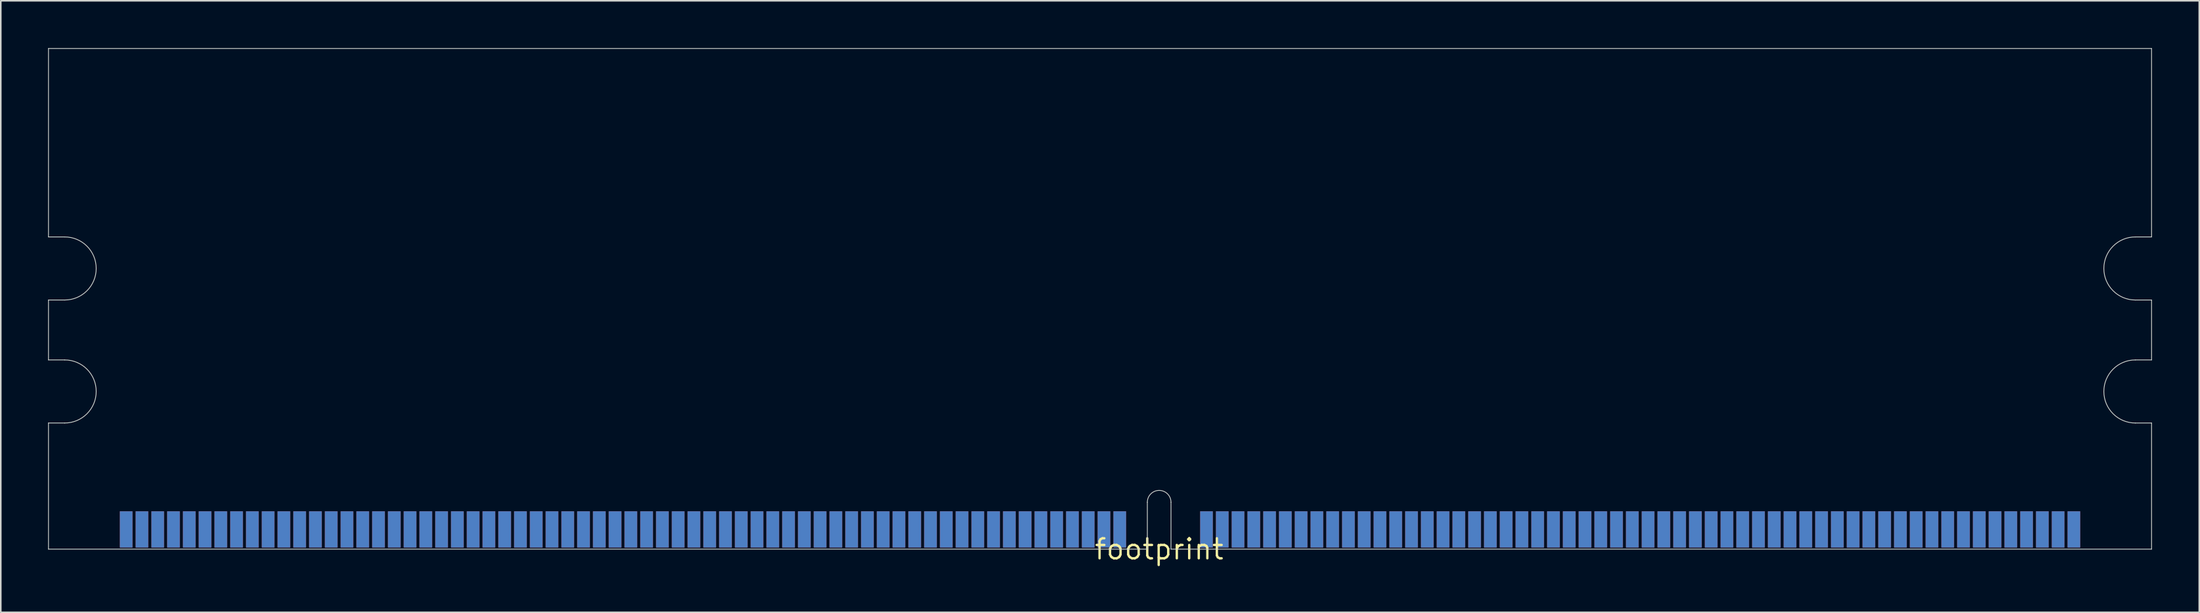
<source format=kicad_pcb>
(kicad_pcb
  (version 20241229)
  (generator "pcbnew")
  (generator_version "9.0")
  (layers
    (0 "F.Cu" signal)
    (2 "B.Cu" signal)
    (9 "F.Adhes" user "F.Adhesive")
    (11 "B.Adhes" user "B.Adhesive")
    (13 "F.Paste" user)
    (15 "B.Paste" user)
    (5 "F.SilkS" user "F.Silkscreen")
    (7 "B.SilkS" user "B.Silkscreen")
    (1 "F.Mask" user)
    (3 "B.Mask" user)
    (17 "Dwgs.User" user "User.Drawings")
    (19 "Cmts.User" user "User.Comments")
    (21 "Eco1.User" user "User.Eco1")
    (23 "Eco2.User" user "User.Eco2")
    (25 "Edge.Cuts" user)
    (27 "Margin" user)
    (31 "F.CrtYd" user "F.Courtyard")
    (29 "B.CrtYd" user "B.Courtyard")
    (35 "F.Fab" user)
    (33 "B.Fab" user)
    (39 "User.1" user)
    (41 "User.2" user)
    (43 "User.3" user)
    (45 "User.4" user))
  (footprint "footprint"
    (layer "F.Cu")
    (at 70.45 31.775)
    (property "Reference" "footprint" (at 0 0 0) (layer "F.SilkS") (effects (font (size 1.27 1.27) (thickness 0.15))))
    (fp_poly (pts (xy -66 0) (xy 58.5 0) (xy 58.5 -2.5) (xy -66 -2.5)) (stroke (width 0) (type solid)) (fill yes) (layer "F.Mask"))
    (fp_poly (pts (xy -65.95 0.075) (xy -65.05 0.075) (xy -65.05 -2.45) (xy -65.95 -2.45)) (stroke (width 0) (type solid)) (fill yes) (layer "F.Mask"))
    (fp_poly (pts (xy -64.95 0.075) (xy -64.05 0.075) (xy -64.05 -2.45) (xy -64.95 -2.45)) (stroke (width 0) (type solid)) (fill yes) (layer "F.Mask"))
    (fp_poly (pts (xy -63.95 0.075) (xy -63.05 0.075) (xy -63.05 -2.45) (xy -63.95 -2.45)) (stroke (width 0) (type solid)) (fill yes) (layer "F.Mask"))
    (fp_poly (pts (xy -62.95 0.075) (xy -62.05 0.075) (xy -62.05 -2.45) (xy -62.95 -2.45)) (stroke (width 0) (type solid)) (fill yes) (layer "F.Mask"))
    (fp_poly (pts (xy -61.95 0.075) (xy -61.05 0.075) (xy -61.05 -2.45) (xy -61.95 -2.45)) (stroke (width 0) (type solid)) (fill yes) (layer "F.Mask"))
    (fp_poly (pts (xy -60.95 0.075) (xy -60.05 0.075) (xy -60.05 -2.45) (xy -60.95 -2.45)) (stroke (width 0) (type solid)) (fill yes) (layer "F.Mask"))
    (fp_poly (pts (xy -59.95 0.075) (xy -59.05 0.075) (xy -59.05 -2.45) (xy -59.95 -2.45)) (stroke (width 0) (type solid)) (fill yes) (layer "F.Mask"))
    (fp_poly (pts (xy -58.95 0.075) (xy -58.05 0.075) (xy -58.05 -2.45) (xy -58.95 -2.45)) (stroke (width 0) (type solid)) (fill yes) (layer "F.Mask"))
    (fp_poly (pts (xy -57.95 0.075) (xy -57.05 0.075) (xy -57.05 -2.45) (xy -57.95 -2.45)) (stroke (width 0) (type solid)) (fill yes) (layer "F.Mask"))
    (fp_poly (pts (xy -56.95 0.075) (xy -56.05 0.075) (xy -56.05 -2.45) (xy -56.95 -2.45)) (stroke (width 0) (type solid)) (fill yes) (layer "F.Mask"))
    (fp_poly (pts (xy -55.95 0.075) (xy -55.05 0.075) (xy -55.05 -2.45) (xy -55.95 -2.45)) (stroke (width 0) (type solid)) (fill yes) (layer "F.Mask"))
    (fp_poly (pts (xy -54.95 0.075) (xy -54.05 0.075) (xy -54.05 -2.45) (xy -54.95 -2.45)) (stroke (width 0) (type solid)) (fill yes) (layer "F.Mask"))
    (fp_poly (pts (xy -53.95 0.075) (xy -53.05 0.075) (xy -53.05 -2.45) (xy -53.95 -2.45)) (stroke (width 0) (type solid)) (fill yes) (layer "F.Mask"))
    (fp_poly (pts (xy -52.95 0.075) (xy -52.05 0.075) (xy -52.05 -2.45) (xy -52.95 -2.45)) (stroke (width 0) (type solid)) (fill yes) (layer "F.Mask"))
    (fp_poly (pts (xy -51.95 0.075) (xy -51.05 0.075) (xy -51.05 -2.45) (xy -51.95 -2.45)) (stroke (width 0) (type solid)) (fill yes) (layer "F.Mask"))
    (fp_poly (pts (xy -50.95 0.075) (xy -50.05 0.075) (xy -50.05 -2.45) (xy -50.95 -2.45)) (stroke (width 0) (type solid)) (fill yes) (layer "F.Mask"))
    (fp_poly (pts (xy -49.95 0.075) (xy -49.05 0.075) (xy -49.05 -2.45) (xy -49.95 -2.45)) (stroke (width 0) (type solid)) (fill yes) (layer "F.Mask"))
    (fp_poly (pts (xy -48.95 0.075) (xy -48.05 0.075) (xy -48.05 -2.45) (xy -48.95 -2.45)) (stroke (width 0) (type solid)) (fill yes) (layer "F.Mask"))
    (fp_poly (pts (xy -47.95 0.075) (xy -47.05 0.075) (xy -47.05 -2.45) (xy -47.95 -2.45)) (stroke (width 0) (type solid)) (fill yes) (layer "F.Mask"))
    (fp_poly (pts (xy -46.95 0.075) (xy -46.05 0.075) (xy -46.05 -2.45) (xy -46.95 -2.45)) (stroke (width 0) (type solid)) (fill yes) (layer "F.Mask"))
    (fp_poly (pts (xy -45.95 0.075) (xy -45.05 0.075) (xy -45.05 -2.45) (xy -45.95 -2.45)) (stroke (width 0) (type solid)) (fill yes) (layer "F.Mask"))
    (fp_poly (pts (xy -44.95 0.075) (xy -44.05 0.075) (xy -44.05 -2.45) (xy -44.95 -2.45)) (stroke (width 0) (type solid)) (fill yes) (layer "F.Mask"))
    (fp_poly (pts (xy -43.95 0.075) (xy -43.05 0.075) (xy -43.05 -2.45) (xy -43.95 -2.45)) (stroke (width 0) (type solid)) (fill yes) (layer "F.Mask"))
    (fp_poly (pts (xy -42.95 0.075) (xy -42.05 0.075) (xy -42.05 -2.45) (xy -42.95 -2.45)) (stroke (width 0) (type solid)) (fill yes) (layer "F.Mask"))
    (fp_poly (pts (xy -41.95 0.075) (xy -41.05 0.075) (xy -41.05 -2.45) (xy -41.95 -2.45)) (stroke (width 0) (type solid)) (fill yes) (layer "F.Mask"))
    (fp_poly (pts (xy -40.95 0.075) (xy -40.05 0.075) (xy -40.05 -2.45) (xy -40.95 -2.45)) (stroke (width 0) (type solid)) (fill yes) (layer "F.Mask"))
    (fp_poly (pts (xy -39.95 0.075) (xy -39.05 0.075) (xy -39.05 -2.45) (xy -39.95 -2.45)) (stroke (width 0) (type solid)) (fill yes) (layer "F.Mask"))
    (fp_poly (pts (xy -38.95 0.075) (xy -38.05 0.075) (xy -38.05 -2.45) (xy -38.95 -2.45)) (stroke (width 0) (type solid)) (fill yes) (layer "F.Mask"))
    (fp_poly (pts (xy -37.95 0.075) (xy -37.05 0.075) (xy -37.05 -2.45) (xy -37.95 -2.45)) (stroke (width 0) (type solid)) (fill yes) (layer "F.Mask"))
    (fp_poly (pts (xy -36.95 0.075) (xy -36.05 0.075) (xy -36.05 -2.45) (xy -36.95 -2.45)) (stroke (width 0) (type solid)) (fill yes) (layer "F.Mask"))
    (fp_poly (pts (xy -35.95 0.075) (xy -35.05 0.075) (xy -35.05 -2.45) (xy -35.95 -2.45)) (stroke (width 0) (type solid)) (fill yes) (layer "F.Mask"))
    (fp_poly (pts (xy -34.95 0.075) (xy -34.05 0.075) (xy -34.05 -2.45) (xy -34.95 -2.45)) (stroke (width 0) (type solid)) (fill yes) (layer "F.Mask"))
    (fp_poly (pts (xy -33.95 0.075) (xy -33.05 0.075) (xy -33.05 -2.45) (xy -33.95 -2.45)) (stroke (width 0) (type solid)) (fill yes) (layer "F.Mask"))
    (fp_poly (pts (xy -32.95 0.075) (xy -32.05 0.075) (xy -32.05 -2.45) (xy -32.95 -2.45)) (stroke (width 0) (type solid)) (fill yes) (layer "F.Mask"))
    (fp_poly (pts (xy -31.95 0.075) (xy -31.05 0.075) (xy -31.05 -2.45) (xy -31.95 -2.45)) (stroke (width 0) (type solid)) (fill yes) (layer "F.Mask"))
    (fp_poly (pts (xy -30.95 0.075) (xy -30.05 0.075) (xy -30.05 -2.45) (xy -30.95 -2.45)) (stroke (width 0) (type solid)) (fill yes) (layer "F.Mask"))
    (fp_poly (pts (xy -29.95 0.075) (xy -29.05 0.075) (xy -29.05 -2.45) (xy -29.95 -2.45)) (stroke (width 0) (type solid)) (fill yes) (layer "F.Mask"))
    (fp_poly (pts (xy -28.95 0.075) (xy -28.05 0.075) (xy -28.05 -2.45) (xy -28.95 -2.45)) (stroke (width 0) (type solid)) (fill yes) (layer "F.Mask"))
    (fp_poly (pts (xy -27.95 0.075) (xy -27.05 0.075) (xy -27.05 -2.45) (xy -27.95 -2.45)) (stroke (width 0) (type solid)) (fill yes) (layer "F.Mask"))
    (fp_poly (pts (xy -26.95 0.075) (xy -26.05 0.075) (xy -26.05 -2.45) (xy -26.95 -2.45)) (stroke (width 0) (type solid)) (fill yes) (layer "F.Mask"))
    (fp_poly (pts (xy -25.95 0.075) (xy -25.05 0.075) (xy -25.05 -2.45) (xy -25.95 -2.45)) (stroke (width 0) (type solid)) (fill yes) (layer "F.Mask"))
    (fp_poly (pts (xy -24.95 0.075) (xy -24.05 0.075) (xy -24.05 -2.45) (xy -24.95 -2.45)) (stroke (width 0) (type solid)) (fill yes) (layer "F.Mask"))
    (fp_poly (pts (xy -23.95 0.075) (xy -23.05 0.075) (xy -23.05 -2.45) (xy -23.95 -2.45)) (stroke (width 0) (type solid)) (fill yes) (layer "F.Mask"))
    (fp_poly (pts (xy -22.95 0.075) (xy -22.05 0.075) (xy -22.05 -2.45) (xy -22.95 -2.45)) (stroke (width 0) (type solid)) (fill yes) (layer "F.Mask"))
    (fp_poly (pts (xy -21.95 0.075) (xy -21.05 0.075) (xy -21.05 -2.45) (xy -21.95 -2.45)) (stroke (width 0) (type solid)) (fill yes) (layer "F.Mask"))
    (fp_poly (pts (xy -20.95 0.075) (xy -20.05 0.075) (xy -20.05 -2.45) (xy -20.95 -2.45)) (stroke (width 0) (type solid)) (fill yes) (layer "F.Mask"))
    (fp_poly (pts (xy -19.95 0.075) (xy -19.05 0.075) (xy -19.05 -2.45) (xy -19.95 -2.45)) (stroke (width 0) (type solid)) (fill yes) (layer "F.Mask"))
    (fp_poly (pts (xy -18.95 0.075) (xy -18.05 0.075) (xy -18.05 -2.45) (xy -18.95 -2.45)) (stroke (width 0) (type solid)) (fill yes) (layer "F.Mask"))
    (fp_poly (pts (xy -17.95 0.075) (xy -17.05 0.075) (xy -17.05 -2.45) (xy -17.95 -2.45)) (stroke (width 0) (type solid)) (fill yes) (layer "F.Mask"))
    (fp_poly (pts (xy -16.95 0.075) (xy -16.05 0.075) (xy -16.05 -2.45) (xy -16.95 -2.45)) (stroke (width 0) (type solid)) (fill yes) (layer "F.Mask"))
    (fp_poly (pts (xy -15.95 0.075) (xy -15.05 0.075) (xy -15.05 -2.45) (xy -15.95 -2.45)) (stroke (width 0) (type solid)) (fill yes) (layer "F.Mask"))
    (fp_poly (pts (xy -14.95 0.075) (xy -14.05 0.075) (xy -14.05 -2.45) (xy -14.95 -2.45)) (stroke (width 0) (type solid)) (fill yes) (layer "F.Mask"))
    (fp_poly (pts (xy -13.95 0.075) (xy -13.05 0.075) (xy -13.05 -2.45) (xy -13.95 -2.45)) (stroke (width 0) (type solid)) (fill yes) (layer "F.Mask"))
    (fp_poly (pts (xy -12.95 0.075) (xy -12.05 0.075) (xy -12.05 -2.45) (xy -12.95 -2.45)) (stroke (width 0) (type solid)) (fill yes) (layer "F.Mask"))
    (fp_poly (pts (xy -11.95 0.075) (xy -11.05 0.075) (xy -11.05 -2.45) (xy -11.95 -2.45)) (stroke (width 0) (type solid)) (fill yes) (layer "F.Mask"))
    (fp_poly (pts (xy -10.95 0.075) (xy -10.05 0.075) (xy -10.05 -2.45) (xy -10.95 -2.45)) (stroke (width 0) (type solid)) (fill yes) (layer "F.Mask"))
    (fp_poly (pts (xy -9.95 0.075) (xy -9.05 0.075) (xy -9.05 -2.45) (xy -9.95 -2.45)) (stroke (width 0) (type solid)) (fill yes) (layer "F.Mask"))
    (fp_poly (pts (xy -8.95 0.075) (xy -8.05 0.075) (xy -8.05 -2.45) (xy -8.95 -2.45)) (stroke (width 0) (type solid)) (fill yes) (layer "F.Mask"))
    (fp_poly (pts (xy -7.95 0.075) (xy -7.05 0.075) (xy -7.05 -2.45) (xy -7.95 -2.45)) (stroke (width 0) (type solid)) (fill yes) (layer "F.Mask"))
    (fp_poly (pts (xy -6.95 0.075) (xy -6.05 0.075) (xy -6.05 -2.45) (xy -6.95 -2.45)) (stroke (width 0) (type solid)) (fill yes) (layer "F.Mask"))
    (fp_poly (pts (xy -5.95 0.075) (xy -5.05 0.075) (xy -5.05 -2.45) (xy -5.95 -2.45)) (stroke (width 0) (type solid)) (fill yes) (layer "F.Mask"))
    (fp_poly (pts (xy -4.95 0.075) (xy -4.05 0.075) (xy -4.05 -2.45) (xy -4.95 -2.45)) (stroke (width 0) (type solid)) (fill yes) (layer "F.Mask"))
    (fp_poly (pts (xy -3.95 0.075) (xy -3.05 0.075) (xy -3.05 -2.45) (xy -3.95 -2.45)) (stroke (width 0) (type solid)) (fill yes) (layer "F.Mask"))
    (fp_poly (pts (xy -2.95 0.075) (xy -2.05 0.075) (xy -2.05 -2.45) (xy -2.95 -2.45)) (stroke (width 0) (type solid)) (fill yes) (layer "F.Mask"))
    (fp_poly (pts (xy 2.55 0.075) (xy 3.45 0.075) (xy 3.45 -2.45) (xy 2.55 -2.45)) (stroke (width 0) (type solid)) (fill yes) (layer "F.Mask"))
    (fp_poly (pts (xy 3.55 0.075) (xy 4.45 0.075) (xy 4.45 -2.45) (xy 3.55 -2.45)) (stroke (width 0) (type solid)) (fill yes) (layer "F.Mask"))
    (fp_poly (pts (xy 4.55 0.075) (xy 5.45 0.075) (xy 5.45 -2.45) (xy 4.55 -2.45)) (stroke (width 0) (type solid)) (fill yes) (layer "F.Mask"))
    (fp_poly (pts (xy 5.55 0.075) (xy 6.45 0.075) (xy 6.45 -2.45) (xy 5.55 -2.45)) (stroke (width 0) (type solid)) (fill yes) (layer "F.Mask"))
    (fp_poly (pts (xy 6.55 0.075) (xy 7.45 0.075) (xy 7.45 -2.45) (xy 6.55 -2.45)) (stroke (width 0) (type solid)) (fill yes) (layer "F.Mask"))
    (fp_poly (pts (xy 7.55 0.075) (xy 8.45 0.075) (xy 8.45 -2.45) (xy 7.55 -2.45)) (stroke (width 0) (type solid)) (fill yes) (layer "F.Mask"))
    (fp_poly (pts (xy 8.55 0.075) (xy 9.45 0.075) (xy 9.45 -2.45) (xy 8.55 -2.45)) (stroke (width 0) (type solid)) (fill yes) (layer "F.Mask"))
    (fp_poly (pts (xy 9.55 0.075) (xy 10.45 0.075) (xy 10.45 -2.45) (xy 9.55 -2.45)) (stroke (width 0) (type solid)) (fill yes) (layer "F.Mask"))
    (fp_poly (pts (xy 10.55 0.075) (xy 11.45 0.075) (xy 11.45 -2.45) (xy 10.55 -2.45)) (stroke (width 0) (type solid)) (fill yes) (layer "F.Mask"))
    (fp_poly (pts (xy 11.55 0.075) (xy 12.45 0.075) (xy 12.45 -2.45) (xy 11.55 -2.45)) (stroke (width 0) (type solid)) (fill yes) (layer "F.Mask"))
    (fp_poly (pts (xy 12.55 0.075) (xy 13.45 0.075) (xy 13.45 -2.45) (xy 12.55 -2.45)) (stroke (width 0) (type solid)) (fill yes) (layer "F.Mask"))
    (fp_poly (pts (xy 13.55 0.075) (xy 14.45 0.075) (xy 14.45 -2.45) (xy 13.55 -2.45)) (stroke (width 0) (type solid)) (fill yes) (layer "F.Mask"))
    (fp_poly (pts (xy 14.55 0.075) (xy 15.45 0.075) (xy 15.45 -2.45) (xy 14.55 -2.45)) (stroke (width 0) (type solid)) (fill yes) (layer "F.Mask"))
    (fp_poly (pts (xy 15.55 0.075) (xy 16.45 0.075) (xy 16.45 -2.45) (xy 15.55 -2.45)) (stroke (width 0) (type solid)) (fill yes) (layer "F.Mask"))
    (fp_poly (pts (xy 16.55 0.075) (xy 17.45 0.075) (xy 17.45 -2.45) (xy 16.55 -2.45)) (stroke (width 0) (type solid)) (fill yes) (layer "F.Mask"))
    (fp_poly (pts (xy 17.55 0.075) (xy 18.45 0.075) (xy 18.45 -2.45) (xy 17.55 -2.45)) (stroke (width 0) (type solid)) (fill yes) (layer "F.Mask"))
    (fp_poly (pts (xy 18.55 0.075) (xy 19.45 0.075) (xy 19.45 -2.45) (xy 18.55 -2.45)) (stroke (width 0) (type solid)) (fill yes) (layer "F.Mask"))
    (fp_poly (pts (xy 19.55 0.075) (xy 20.45 0.075) (xy 20.45 -2.45) (xy 19.55 -2.45)) (stroke (width 0) (type solid)) (fill yes) (layer "F.Mask"))
    (fp_poly (pts (xy 20.55 0.075) (xy 21.45 0.075) (xy 21.45 -2.45) (xy 20.55 -2.45)) (stroke (width 0) (type solid)) (fill yes) (layer "F.Mask"))
    (fp_poly (pts (xy 21.55 0.075) (xy 22.45 0.075) (xy 22.45 -2.45) (xy 21.55 -2.45)) (stroke (width 0) (type solid)) (fill yes) (layer "F.Mask"))
    (fp_poly (pts (xy 22.55 0.075) (xy 23.45 0.075) (xy 23.45 -2.45) (xy 22.55 -2.45)) (stroke (width 0) (type solid)) (fill yes) (layer "F.Mask"))
    (fp_poly (pts (xy 23.55 0.075) (xy 24.45 0.075) (xy 24.45 -2.45) (xy 23.55 -2.45)) (stroke (width 0) (type solid)) (fill yes) (layer "F.Mask"))
    (fp_poly (pts (xy 24.55 0.075) (xy 25.45 0.075) (xy 25.45 -2.45) (xy 24.55 -2.45)) (stroke (width 0) (type solid)) (fill yes) (layer "F.Mask"))
    (fp_poly (pts (xy 25.55 0.075) (xy 26.45 0.075) (xy 26.45 -2.45) (xy 25.55 -2.45)) (stroke (width 0) (type solid)) (fill yes) (layer "F.Mask"))
    (fp_poly (pts (xy 26.55 0.075) (xy 27.45 0.075) (xy 27.45 -2.45) (xy 26.55 -2.45)) (stroke (width 0) (type solid)) (fill yes) (layer "F.Mask"))
    (fp_poly (pts (xy 27.55 0.075) (xy 28.45 0.075) (xy 28.45 -2.45) (xy 27.55 -2.45)) (stroke (width 0) (type solid)) (fill yes) (layer "F.Mask"))
    (fp_poly (pts (xy 28.55 0.075) (xy 29.45 0.075) (xy 29.45 -2.45) (xy 28.55 -2.45)) (stroke (width 0) (type solid)) (fill yes) (layer "F.Mask"))
    (fp_poly (pts (xy 29.55 0.075) (xy 30.45 0.075) (xy 30.45 -2.45) (xy 29.55 -2.45)) (stroke (width 0) (type solid)) (fill yes) (layer "F.Mask"))
    (fp_poly (pts (xy 30.55 0.075) (xy 31.45 0.075) (xy 31.45 -2.45) (xy 30.55 -2.45)) (stroke (width 0) (type solid)) (fill yes) (layer "F.Mask"))
    (fp_poly (pts (xy 31.55 0.075) (xy 32.45 0.075) (xy 32.45 -2.45) (xy 31.55 -2.45)) (stroke (width 0) (type solid)) (fill yes) (layer "F.Mask"))
    (fp_poly (pts (xy 32.55 0.075) (xy 33.45 0.075) (xy 33.45 -2.45) (xy 32.55 -2.45)) (stroke (width 0) (type solid)) (fill yes) (layer "F.Mask"))
    (fp_poly (pts (xy 33.55 0.075) (xy 34.45 0.075) (xy 34.45 -2.45) (xy 33.55 -2.45)) (stroke (width 0) (type solid)) (fill yes) (layer "F.Mask"))
    (fp_poly (pts (xy 34.55 0.075) (xy 35.45 0.075) (xy 35.45 -2.45) (xy 34.55 -2.45)) (stroke (width 0) (type solid)) (fill yes) (layer "F.Mask"))
    (fp_poly (pts (xy 35.55 0.075) (xy 36.45 0.075) (xy 36.45 -2.45) (xy 35.55 -2.45)) (stroke (width 0) (type solid)) (fill yes) (layer "F.Mask"))
    (fp_poly (pts (xy 36.55 0.075) (xy 37.45 0.075) (xy 37.45 -2.45) (xy 36.55 -2.45)) (stroke (width 0) (type solid)) (fill yes) (layer "F.Mask"))
    (fp_poly (pts (xy 37.55 0.075) (xy 38.45 0.075) (xy 38.45 -2.45) (xy 37.55 -2.45)) (stroke (width 0) (type solid)) (fill yes) (layer "F.Mask"))
    (fp_poly (pts (xy 38.55 0.075) (xy 39.45 0.075) (xy 39.45 -2.45) (xy 38.55 -2.45)) (stroke (width 0) (type solid)) (fill yes) (layer "F.Mask"))
    (fp_poly (pts (xy 39.55 0.075) (xy 40.45 0.075) (xy 40.45 -2.45) (xy 39.55 -2.45)) (stroke (width 0) (type solid)) (fill yes) (layer "F.Mask"))
    (fp_poly (pts (xy 40.55 0.075) (xy 41.45 0.075) (xy 41.45 -2.45) (xy 40.55 -2.45)) (stroke (width 0) (type solid)) (fill yes) (layer "F.Mask"))
    (fp_poly (pts (xy 41.55 0.075) (xy 42.45 0.075) (xy 42.45 -2.45) (xy 41.55 -2.45)) (stroke (width 0) (type solid)) (fill yes) (layer "F.Mask"))
    (fp_poly (pts (xy 42.55 0.075) (xy 43.45 0.075) (xy 43.45 -2.45) (xy 42.55 -2.45)) (stroke (width 0) (type solid)) (fill yes) (layer "F.Mask"))
    (fp_poly (pts (xy 43.55 0.075) (xy 44.45 0.075) (xy 44.45 -2.45) (xy 43.55 -2.45)) (stroke (width 0) (type solid)) (fill yes) (layer "F.Mask"))
    (fp_poly (pts (xy 44.55 0.075) (xy 45.45 0.075) (xy 45.45 -2.45) (xy 44.55 -2.45)) (stroke (width 0) (type solid)) (fill yes) (layer "F.Mask"))
    (fp_poly (pts (xy 45.55 0.075) (xy 46.45 0.075) (xy 46.45 -2.45) (xy 45.55 -2.45)) (stroke (width 0) (type solid)) (fill yes) (layer "F.Mask"))
    (fp_poly (pts (xy 46.55 0.075) (xy 47.45 0.075) (xy 47.45 -2.45) (xy 46.55 -2.45)) (stroke (width 0) (type solid)) (fill yes) (layer "F.Mask"))
    (fp_poly (pts (xy 47.55 0.075) (xy 48.45 0.075) (xy 48.45 -2.45) (xy 47.55 -2.45)) (stroke (width 0) (type solid)) (fill yes) (layer "F.Mask"))
    (fp_poly (pts (xy 48.55 0.075) (xy 49.45 0.075) (xy 49.45 -2.45) (xy 48.55 -2.45)) (stroke (width 0) (type solid)) (fill yes) (layer "F.Mask"))
    (fp_poly (pts (xy 49.55 0.075) (xy 50.45 0.075) (xy 50.45 -2.45) (xy 49.55 -2.45)) (stroke (width 0) (type solid)) (fill yes) (layer "F.Mask"))
    (fp_poly (pts (xy 50.55 0.075) (xy 51.45 0.075) (xy 51.45 -2.45) (xy 50.55 -2.45)) (stroke (width 0) (type solid)) (fill yes) (layer "F.Mask"))
    (fp_poly (pts (xy 51.55 0.075) (xy 52.45 0.075) (xy 52.45 -2.45) (xy 51.55 -2.45)) (stroke (width 0) (type solid)) (fill yes) (layer "F.Mask"))
    (fp_poly (pts (xy 52.55 0.075) (xy 53.45 0.075) (xy 53.45 -2.45) (xy 52.55 -2.45)) (stroke (width 0) (type solid)) (fill yes) (layer "F.Mask"))
    (fp_poly (pts (xy 53.55 0.075) (xy 54.45 0.075) (xy 54.45 -2.45) (xy 53.55 -2.45)) (stroke (width 0) (type solid)) (fill yes) (layer "F.Mask"))
    (fp_poly (pts (xy 54.55 0.075) (xy 55.45 0.075) (xy 55.45 -2.45) (xy 54.55 -2.45)) (stroke (width 0) (type solid)) (fill yes) (layer "F.Mask"))
    (fp_poly (pts (xy 55.55 0.075) (xy 56.45 0.075) (xy 56.45 -2.45) (xy 55.55 -2.45)) (stroke (width 0) (type solid)) (fill yes) (layer "F.Mask"))
    (fp_poly (pts (xy 56.55 0.075) (xy 57.45 0.075) (xy 57.45 -2.45) (xy 56.55 -2.45)) (stroke (width 0) (type solid)) (fill yes) (layer "F.Mask"))
    (fp_poly (pts (xy 57.55 0.075) (xy 58.45 0.075) (xy 58.45 -2.45) (xy 57.55 -2.45)) (stroke (width 0) (type solid)) (fill yes) (layer "F.Mask"))
    (fp_poly (pts (xy -66 0) (xy 58.5 0) (xy 58.5 -2.5) (xy -66 -2.5)) (stroke (width 0) (type solid)) (fill yes) (layer "B.Mask"))
    (fp_poly (pts (xy -65.95 0.075) (xy -65.05 0.075) (xy -65.05 -2.45) (xy -65.95 -2.45)) (stroke (width 0) (type solid)) (fill yes) (layer "B.Mask"))
    (fp_poly (pts (xy -64.95 0.075) (xy -64.05 0.075) (xy -64.05 -2.45) (xy -64.95 -2.45)) (stroke (width 0) (type solid)) (fill yes) (layer "B.Mask"))
    (fp_poly (pts (xy -63.95 0.075) (xy -63.05 0.075) (xy -63.05 -2.45) (xy -63.95 -2.45)) (stroke (width 0) (type solid)) (fill yes) (layer "B.Mask"))
    (fp_poly (pts (xy -62.95 0.075) (xy -62.05 0.075) (xy -62.05 -2.45) (xy -62.95 -2.45)) (stroke (width 0) (type solid)) (fill yes) (layer "B.Mask"))
    (fp_poly (pts (xy -61.95 0.075) (xy -61.05 0.075) (xy -61.05 -2.45) (xy -61.95 -2.45)) (stroke (width 0) (type solid)) (fill yes) (layer "B.Mask"))
    (fp_poly (pts (xy -60.95 0.075) (xy -60.05 0.075) (xy -60.05 -2.45) (xy -60.95 -2.45)) (stroke (width 0) (type solid)) (fill yes) (layer "B.Mask"))
    (fp_poly (pts (xy -59.95 0.075) (xy -59.05 0.075) (xy -59.05 -2.45) (xy -59.95 -2.45)) (stroke (width 0) (type solid)) (fill yes) (layer "B.Mask"))
    (fp_poly (pts (xy -58.95 0.075) (xy -58.05 0.075) (xy -58.05 -2.45) (xy -58.95 -2.45)) (stroke (width 0) (type solid)) (fill yes) (layer "B.Mask"))
    (fp_poly (pts (xy -57.95 0.075) (xy -57.05 0.075) (xy -57.05 -2.45) (xy -57.95 -2.45)) (stroke (width 0) (type solid)) (fill yes) (layer "B.Mask"))
    (fp_poly (pts (xy -56.95 0.075) (xy -56.05 0.075) (xy -56.05 -2.45) (xy -56.95 -2.45)) (stroke (width 0) (type solid)) (fill yes) (layer "B.Mask"))
    (fp_poly (pts (xy -55.95 0.075) (xy -55.05 0.075) (xy -55.05 -2.45) (xy -55.95 -2.45)) (stroke (width 0) (type solid)) (fill yes) (layer "B.Mask"))
    (fp_poly (pts (xy -54.95 0.075) (xy -54.05 0.075) (xy -54.05 -2.45) (xy -54.95 -2.45)) (stroke (width 0) (type solid)) (fill yes) (layer "B.Mask"))
    (fp_poly (pts (xy -53.95 0.075) (xy -53.05 0.075) (xy -53.05 -2.45) (xy -53.95 -2.45)) (stroke (width 0) (type solid)) (fill yes) (layer "B.Mask"))
    (fp_poly (pts (xy -52.95 0.075) (xy -52.05 0.075) (xy -52.05 -2.45) (xy -52.95 -2.45)) (stroke (width 0) (type solid)) (fill yes) (layer "B.Mask"))
    (fp_poly (pts (xy -51.95 0.075) (xy -51.05 0.075) (xy -51.05 -2.45) (xy -51.95 -2.45)) (stroke (width 0) (type solid)) (fill yes) (layer "B.Mask"))
    (fp_poly (pts (xy -50.95 0.075) (xy -50.05 0.075) (xy -50.05 -2.45) (xy -50.95 -2.45)) (stroke (width 0) (type solid)) (fill yes) (layer "B.Mask"))
    (fp_poly (pts (xy -49.95 0.075) (xy -49.05 0.075) (xy -49.05 -2.45) (xy -49.95 -2.45)) (stroke (width 0) (type solid)) (fill yes) (layer "B.Mask"))
    (fp_poly (pts (xy -48.95 0.075) (xy -48.05 0.075) (xy -48.05 -2.45) (xy -48.95 -2.45)) (stroke (width 0) (type solid)) (fill yes) (layer "B.Mask"))
    (fp_poly (pts (xy -47.95 0.075) (xy -47.05 0.075) (xy -47.05 -2.45) (xy -47.95 -2.45)) (stroke (width 0) (type solid)) (fill yes) (layer "B.Mask"))
    (fp_poly (pts (xy -46.95 0.075) (xy -46.05 0.075) (xy -46.05 -2.45) (xy -46.95 -2.45)) (stroke (width 0) (type solid)) (fill yes) (layer "B.Mask"))
    (fp_poly (pts (xy -45.95 0.075) (xy -45.05 0.075) (xy -45.05 -2.45) (xy -45.95 -2.45)) (stroke (width 0) (type solid)) (fill yes) (layer "B.Mask"))
    (fp_poly (pts (xy -44.95 0.075) (xy -44.05 0.075) (xy -44.05 -2.45) (xy -44.95 -2.45)) (stroke (width 0) (type solid)) (fill yes) (layer "B.Mask"))
    (fp_poly (pts (xy -43.95 0.075) (xy -43.05 0.075) (xy -43.05 -2.45) (xy -43.95 -2.45)) (stroke (width 0) (type solid)) (fill yes) (layer "B.Mask"))
    (fp_poly (pts (xy -42.95 0.075) (xy -42.05 0.075) (xy -42.05 -2.45) (xy -42.95 -2.45)) (stroke (width 0) (type solid)) (fill yes) (layer "B.Mask"))
    (fp_poly (pts (xy -41.95 0.075) (xy -41.05 0.075) (xy -41.05 -2.45) (xy -41.95 -2.45)) (stroke (width 0) (type solid)) (fill yes) (layer "B.Mask"))
    (fp_poly (pts (xy -40.95 0.075) (xy -40.05 0.075) (xy -40.05 -2.45) (xy -40.95 -2.45)) (stroke (width 0) (type solid)) (fill yes) (layer "B.Mask"))
    (fp_poly (pts (xy -39.95 0.075) (xy -39.05 0.075) (xy -39.05 -2.45) (xy -39.95 -2.45)) (stroke (width 0) (type solid)) (fill yes) (layer "B.Mask"))
    (fp_poly (pts (xy -38.95 0.075) (xy -38.05 0.075) (xy -38.05 -2.45) (xy -38.95 -2.45)) (stroke (width 0) (type solid)) (fill yes) (layer "B.Mask"))
    (fp_poly (pts (xy -37.95 0.075) (xy -37.05 0.075) (xy -37.05 -2.45) (xy -37.95 -2.45)) (stroke (width 0) (type solid)) (fill yes) (layer "B.Mask"))
    (fp_poly (pts (xy -36.95 0.075) (xy -36.05 0.075) (xy -36.05 -2.45) (xy -36.95 -2.45)) (stroke (width 0) (type solid)) (fill yes) (layer "B.Mask"))
    (fp_poly (pts (xy -35.95 0.075) (xy -35.05 0.075) (xy -35.05 -2.45) (xy -35.95 -2.45)) (stroke (width 0) (type solid)) (fill yes) (layer "B.Mask"))
    (fp_poly (pts (xy -34.95 0.075) (xy -34.05 0.075) (xy -34.05 -2.45) (xy -34.95 -2.45)) (stroke (width 0) (type solid)) (fill yes) (layer "B.Mask"))
    (fp_poly (pts (xy -33.95 0.075) (xy -33.05 0.075) (xy -33.05 -2.45) (xy -33.95 -2.45)) (stroke (width 0) (type solid)) (fill yes) (layer "B.Mask"))
    (fp_poly (pts (xy -32.95 0.075) (xy -32.05 0.075) (xy -32.05 -2.45) (xy -32.95 -2.45)) (stroke (width 0) (type solid)) (fill yes) (layer "B.Mask"))
    (fp_poly (pts (xy -31.95 0.075) (xy -31.05 0.075) (xy -31.05 -2.45) (xy -31.95 -2.45)) (stroke (width 0) (type solid)) (fill yes) (layer "B.Mask"))
    (fp_poly (pts (xy -30.95 0.075) (xy -30.05 0.075) (xy -30.05 -2.45) (xy -30.95 -2.45)) (stroke (width 0) (type solid)) (fill yes) (layer "B.Mask"))
    (fp_poly (pts (xy -29.95 0.075) (xy -29.05 0.075) (xy -29.05 -2.45) (xy -29.95 -2.45)) (stroke (width 0) (type solid)) (fill yes) (layer "B.Mask"))
    (fp_poly (pts (xy -28.95 0.075) (xy -28.05 0.075) (xy -28.05 -2.45) (xy -28.95 -2.45)) (stroke (width 0) (type solid)) (fill yes) (layer "B.Mask"))
    (fp_poly (pts (xy -27.95 0.075) (xy -27.05 0.075) (xy -27.05 -2.45) (xy -27.95 -2.45)) (stroke (width 0) (type solid)) (fill yes) (layer "B.Mask"))
    (fp_poly (pts (xy -26.95 0.075) (xy -26.05 0.075) (xy -26.05 -2.45) (xy -26.95 -2.45)) (stroke (width 0) (type solid)) (fill yes) (layer "B.Mask"))
    (fp_poly (pts (xy -25.95 0.075) (xy -25.05 0.075) (xy -25.05 -2.45) (xy -25.95 -2.45)) (stroke (width 0) (type solid)) (fill yes) (layer "B.Mask"))
    (fp_poly (pts (xy -24.95 0.075) (xy -24.05 0.075) (xy -24.05 -2.45) (xy -24.95 -2.45)) (stroke (width 0) (type solid)) (fill yes) (layer "B.Mask"))
    (fp_poly (pts (xy -23.95 0.075) (xy -23.05 0.075) (xy -23.05 -2.45) (xy -23.95 -2.45)) (stroke (width 0) (type solid)) (fill yes) (layer "B.Mask"))
    (fp_poly (pts (xy -22.95 0.075) (xy -22.05 0.075) (xy -22.05 -2.45) (xy -22.95 -2.45)) (stroke (width 0) (type solid)) (fill yes) (layer "B.Mask"))
    (fp_poly (pts (xy -21.95 0.075) (xy -21.05 0.075) (xy -21.05 -2.45) (xy -21.95 -2.45)) (stroke (width 0) (type solid)) (fill yes) (layer "B.Mask"))
    (fp_poly (pts (xy -20.95 0.075) (xy -20.05 0.075) (xy -20.05 -2.45) (xy -20.95 -2.45)) (stroke (width 0) (type solid)) (fill yes) (layer "B.Mask"))
    (fp_poly (pts (xy -19.95 0.075) (xy -19.05 0.075) (xy -19.05 -2.45) (xy -19.95 -2.45)) (stroke (width 0) (type solid)) (fill yes) (layer "B.Mask"))
    (fp_poly (pts (xy -18.95 0.075) (xy -18.05 0.075) (xy -18.05 -2.45) (xy -18.95 -2.45)) (stroke (width 0) (type solid)) (fill yes) (layer "B.Mask"))
    (fp_poly (pts (xy -17.95 0.075) (xy -17.05 0.075) (xy -17.05 -2.45) (xy -17.95 -2.45)) (stroke (width 0) (type solid)) (fill yes) (layer "B.Mask"))
    (fp_poly (pts (xy -16.95 0.075) (xy -16.05 0.075) (xy -16.05 -2.45) (xy -16.95 -2.45)) (stroke (width 0) (type solid)) (fill yes) (layer "B.Mask"))
    (fp_poly (pts (xy -15.95 0.075) (xy -15.05 0.075) (xy -15.05 -2.45) (xy -15.95 -2.45)) (stroke (width 0) (type solid)) (fill yes) (layer "B.Mask"))
    (fp_poly (pts (xy -14.95 0.075) (xy -14.05 0.075) (xy -14.05 -2.45) (xy -14.95 -2.45)) (stroke (width 0) (type solid)) (fill yes) (layer "B.Mask"))
    (fp_poly (pts (xy -13.95 0.075) (xy -13.05 0.075) (xy -13.05 -2.45) (xy -13.95 -2.45)) (stroke (width 0) (type solid)) (fill yes) (layer "B.Mask"))
    (fp_poly (pts (xy -12.95 0.075) (xy -12.05 0.075) (xy -12.05 -2.45) (xy -12.95 -2.45)) (stroke (width 0) (type solid)) (fill yes) (layer "B.Mask"))
    (fp_poly (pts (xy -11.95 0.075) (xy -11.05 0.075) (xy -11.05 -2.45) (xy -11.95 -2.45)) (stroke (width 0) (type solid)) (fill yes) (layer "B.Mask"))
    (fp_poly (pts (xy -10.95 0.075) (xy -10.05 0.075) (xy -10.05 -2.45) (xy -10.95 -2.45)) (stroke (width 0) (type solid)) (fill yes) (layer "B.Mask"))
    (fp_poly (pts (xy -9.95 0.075) (xy -9.05 0.075) (xy -9.05 -2.45) (xy -9.95 -2.45)) (stroke (width 0) (type solid)) (fill yes) (layer "B.Mask"))
    (fp_poly (pts (xy -8.95 0.075) (xy -8.05 0.075) (xy -8.05 -2.45) (xy -8.95 -2.45)) (stroke (width 0) (type solid)) (fill yes) (layer "B.Mask"))
    (fp_poly (pts (xy -7.95 0.075) (xy -7.05 0.075) (xy -7.05 -2.45) (xy -7.95 -2.45)) (stroke (width 0) (type solid)) (fill yes) (layer "B.Mask"))
    (fp_poly (pts (xy -6.95 0.075) (xy -6.05 0.075) (xy -6.05 -2.45) (xy -6.95 -2.45)) (stroke (width 0) (type solid)) (fill yes) (layer "B.Mask"))
    (fp_poly (pts (xy -5.95 0.075) (xy -5.05 0.075) (xy -5.05 -2.45) (xy -5.95 -2.45)) (stroke (width 0) (type solid)) (fill yes) (layer "B.Mask"))
    (fp_poly (pts (xy -4.95 0.075) (xy -4.05 0.075) (xy -4.05 -2.45) (xy -4.95 -2.45)) (stroke (width 0) (type solid)) (fill yes) (layer "B.Mask"))
    (fp_poly (pts (xy -3.95 0.075) (xy -3.05 0.075) (xy -3.05 -2.45) (xy -3.95 -2.45)) (stroke (width 0) (type solid)) (fill yes) (layer "B.Mask"))
    (fp_poly (pts (xy -2.95 0.075) (xy -2.05 0.075) (xy -2.05 -2.45) (xy -2.95 -2.45)) (stroke (width 0) (type solid)) (fill yes) (layer "B.Mask"))
    (fp_poly (pts (xy 2.55 0.075) (xy 3.45 0.075) (xy 3.45 -2.45) (xy 2.55 -2.45)) (stroke (width 0) (type solid)) (fill yes) (layer "B.Mask"))
    (fp_poly (pts (xy 3.55 0.075) (xy 4.45 0.075) (xy 4.45 -2.45) (xy 3.55 -2.45)) (stroke (width 0) (type solid)) (fill yes) (layer "B.Mask"))
    (fp_poly (pts (xy 4.55 0.075) (xy 5.45 0.075) (xy 5.45 -2.45) (xy 4.55 -2.45)) (stroke (width 0) (type solid)) (fill yes) (layer "B.Mask"))
    (fp_poly (pts (xy 5.55 0.075) (xy 6.45 0.075) (xy 6.45 -2.45) (xy 5.55 -2.45)) (stroke (width 0) (type solid)) (fill yes) (layer "B.Mask"))
    (fp_poly (pts (xy 6.55 0.075) (xy 7.45 0.075) (xy 7.45 -2.45) (xy 6.55 -2.45)) (stroke (width 0) (type solid)) (fill yes) (layer "B.Mask"))
    (fp_poly (pts (xy 7.55 0.075) (xy 8.45 0.075) (xy 8.45 -2.45) (xy 7.55 -2.45)) (stroke (width 0) (type solid)) (fill yes) (layer "B.Mask"))
    (fp_poly (pts (xy 8.55 0.075) (xy 9.45 0.075) (xy 9.45 -2.45) (xy 8.55 -2.45)) (stroke (width 0) (type solid)) (fill yes) (layer "B.Mask"))
    (fp_poly (pts (xy 9.55 0.075) (xy 10.45 0.075) (xy 10.45 -2.45) (xy 9.55 -2.45)) (stroke (width 0) (type solid)) (fill yes) (layer "B.Mask"))
    (fp_poly (pts (xy 10.55 0.075) (xy 11.45 0.075) (xy 11.45 -2.45) (xy 10.55 -2.45)) (stroke (width 0) (type solid)) (fill yes) (layer "B.Mask"))
    (fp_poly (pts (xy 11.55 0.075) (xy 12.45 0.075) (xy 12.45 -2.45) (xy 11.55 -2.45)) (stroke (width 0) (type solid)) (fill yes) (layer "B.Mask"))
    (fp_poly (pts (xy 12.55 0.075) (xy 13.45 0.075) (xy 13.45 -2.45) (xy 12.55 -2.45)) (stroke (width 0) (type solid)) (fill yes) (layer "B.Mask"))
    (fp_poly (pts (xy 13.55 0.075) (xy 14.45 0.075) (xy 14.45 -2.45) (xy 13.55 -2.45)) (stroke (width 0) (type solid)) (fill yes) (layer "B.Mask"))
    (fp_poly (pts (xy 14.55 0.075) (xy 15.45 0.075) (xy 15.45 -2.45) (xy 14.55 -2.45)) (stroke (width 0) (type solid)) (fill yes) (layer "B.Mask"))
    (fp_poly (pts (xy 15.55 0.075) (xy 16.45 0.075) (xy 16.45 -2.45) (xy 15.55 -2.45)) (stroke (width 0) (type solid)) (fill yes) (layer "B.Mask"))
    (fp_poly (pts (xy 16.55 0.075) (xy 17.45 0.075) (xy 17.45 -2.45) (xy 16.55 -2.45)) (stroke (width 0) (type solid)) (fill yes) (layer "B.Mask"))
    (fp_poly (pts (xy 17.55 0.075) (xy 18.45 0.075) (xy 18.45 -2.45) (xy 17.55 -2.45)) (stroke (width 0) (type solid)) (fill yes) (layer "B.Mask"))
    (fp_poly (pts (xy 18.55 0.075) (xy 19.45 0.075) (xy 19.45 -2.45) (xy 18.55 -2.45)) (stroke (width 0) (type solid)) (fill yes) (layer "B.Mask"))
    (fp_poly (pts (xy 19.55 0.075) (xy 20.45 0.075) (xy 20.45 -2.45) (xy 19.55 -2.45)) (stroke (width 0) (type solid)) (fill yes) (layer "B.Mask"))
    (fp_poly (pts (xy 20.55 0.075) (xy 21.45 0.075) (xy 21.45 -2.45) (xy 20.55 -2.45)) (stroke (width 0) (type solid)) (fill yes) (layer "B.Mask"))
    (fp_poly (pts (xy 21.55 0.075) (xy 22.45 0.075) (xy 22.45 -2.45) (xy 21.55 -2.45)) (stroke (width 0) (type solid)) (fill yes) (layer "B.Mask"))
    (fp_poly (pts (xy 22.55 0.075) (xy 23.45 0.075) (xy 23.45 -2.45) (xy 22.55 -2.45)) (stroke (width 0) (type solid)) (fill yes) (layer "B.Mask"))
    (fp_poly (pts (xy 23.55 0.075) (xy 24.45 0.075) (xy 24.45 -2.45) (xy 23.55 -2.45)) (stroke (width 0) (type solid)) (fill yes) (layer "B.Mask"))
    (fp_poly (pts (xy 24.55 0.075) (xy 25.45 0.075) (xy 25.45 -2.45) (xy 24.55 -2.45)) (stroke (width 0) (type solid)) (fill yes) (layer "B.Mask"))
    (fp_poly (pts (xy 25.55 0.075) (xy 26.45 0.075) (xy 26.45 -2.45) (xy 25.55 -2.45)) (stroke (width 0) (type solid)) (fill yes) (layer "B.Mask"))
    (fp_poly (pts (xy 26.55 0.075) (xy 27.45 0.075) (xy 27.45 -2.45) (xy 26.55 -2.45)) (stroke (width 0) (type solid)) (fill yes) (layer "B.Mask"))
    (fp_poly (pts (xy 27.55 0.075) (xy 28.45 0.075) (xy 28.45 -2.45) (xy 27.55 -2.45)) (stroke (width 0) (type solid)) (fill yes) (layer "B.Mask"))
    (fp_poly (pts (xy 28.55 0.075) (xy 29.45 0.075) (xy 29.45 -2.45) (xy 28.55 -2.45)) (stroke (width 0) (type solid)) (fill yes) (layer "B.Mask"))
    (fp_poly (pts (xy 29.55 0.075) (xy 30.45 0.075) (xy 30.45 -2.45) (xy 29.55 -2.45)) (stroke (width 0) (type solid)) (fill yes) (layer "B.Mask"))
    (fp_poly (pts (xy 30.55 0.075) (xy 31.45 0.075) (xy 31.45 -2.45) (xy 30.55 -2.45)) (stroke (width 0) (type solid)) (fill yes) (layer "B.Mask"))
    (fp_poly (pts (xy 31.55 0.075) (xy 32.45 0.075) (xy 32.45 -2.45) (xy 31.55 -2.45)) (stroke (width 0) (type solid)) (fill yes) (layer "B.Mask"))
    (fp_poly (pts (xy 32.55 0.075) (xy 33.45 0.075) (xy 33.45 -2.45) (xy 32.55 -2.45)) (stroke (width 0) (type solid)) (fill yes) (layer "B.Mask"))
    (fp_poly (pts (xy 33.55 0.075) (xy 34.45 0.075) (xy 34.45 -2.45) (xy 33.55 -2.45)) (stroke (width 0) (type solid)) (fill yes) (layer "B.Mask"))
    (fp_poly (pts (xy 34.55 0.075) (xy 35.45 0.075) (xy 35.45 -2.45) (xy 34.55 -2.45)) (stroke (width 0) (type solid)) (fill yes) (layer "B.Mask"))
    (fp_poly (pts (xy 35.55 0.075) (xy 36.45 0.075) (xy 36.45 -2.45) (xy 35.55 -2.45)) (stroke (width 0) (type solid)) (fill yes) (layer "B.Mask"))
    (fp_poly (pts (xy 36.55 0.075) (xy 37.45 0.075) (xy 37.45 -2.45) (xy 36.55 -2.45)) (stroke (width 0) (type solid)) (fill yes) (layer "B.Mask"))
    (fp_poly (pts (xy 37.55 0.075) (xy 38.45 0.075) (xy 38.45 -2.45) (xy 37.55 -2.45)) (stroke (width 0) (type solid)) (fill yes) (layer "B.Mask"))
    (fp_poly (pts (xy 38.55 0.075) (xy 39.45 0.075) (xy 39.45 -2.45) (xy 38.55 -2.45)) (stroke (width 0) (type solid)) (fill yes) (layer "B.Mask"))
    (fp_poly (pts (xy 39.55 0.075) (xy 40.45 0.075) (xy 40.45 -2.45) (xy 39.55 -2.45)) (stroke (width 0) (type solid)) (fill yes) (layer "B.Mask"))
    (fp_poly (pts (xy 40.55 0.075) (xy 41.45 0.075) (xy 41.45 -2.45) (xy 40.55 -2.45)) (stroke (width 0) (type solid)) (fill yes) (layer "B.Mask"))
    (fp_poly (pts (xy 41.55 0.075) (xy 42.45 0.075) (xy 42.45 -2.45) (xy 41.55 -2.45)) (stroke (width 0) (type solid)) (fill yes) (layer "B.Mask"))
    (fp_poly (pts (xy 42.55 0.075) (xy 43.45 0.075) (xy 43.45 -2.45) (xy 42.55 -2.45)) (stroke (width 0) (type solid)) (fill yes) (layer "B.Mask"))
    (fp_poly (pts (xy 43.55 0.075) (xy 44.45 0.075) (xy 44.45 -2.45) (xy 43.55 -2.45)) (stroke (width 0) (type solid)) (fill yes) (layer "B.Mask"))
    (fp_poly (pts (xy 44.55 0.075) (xy 45.45 0.075) (xy 45.45 -2.45) (xy 44.55 -2.45)) (stroke (width 0) (type solid)) (fill yes) (layer "B.Mask"))
    (fp_poly (pts (xy 45.55 0.075) (xy 46.45 0.075) (xy 46.45 -2.45) (xy 45.55 -2.45)) (stroke (width 0) (type solid)) (fill yes) (layer "B.Mask"))
    (fp_poly (pts (xy 46.55 0.075) (xy 47.45 0.075) (xy 47.45 -2.45) (xy 46.55 -2.45)) (stroke (width 0) (type solid)) (fill yes) (layer "B.Mask"))
    (fp_poly (pts (xy 47.55 0.075) (xy 48.45 0.075) (xy 48.45 -2.45) (xy 47.55 -2.45)) (stroke (width 0) (type solid)) (fill yes) (layer "B.Mask"))
    (fp_poly (pts (xy 48.55 0.075) (xy 49.45 0.075) (xy 49.45 -2.45) (xy 48.55 -2.45)) (stroke (width 0) (type solid)) (fill yes) (layer "B.Mask"))
    (fp_poly (pts (xy 49.55 0.075) (xy 50.45 0.075) (xy 50.45 -2.45) (xy 49.55 -2.45)) (stroke (width 0) (type solid)) (fill yes) (layer "B.Mask"))
    (fp_poly (pts (xy 50.55 0.075) (xy 51.45 0.075) (xy 51.45 -2.45) (xy 50.55 -2.45)) (stroke (width 0) (type solid)) (fill yes) (layer "B.Mask"))
    (fp_poly (pts (xy 51.55 0.075) (xy 52.45 0.075) (xy 52.45 -2.45) (xy 51.55 -2.45)) (stroke (width 0) (type solid)) (fill yes) (layer "B.Mask"))
    (fp_poly (pts (xy 52.55 0.075) (xy 53.45 0.075) (xy 53.45 -2.45) (xy 52.55 -2.45)) (stroke (width 0) (type solid)) (fill yes) (layer "B.Mask"))
    (fp_poly (pts (xy 53.55 0.075) (xy 54.45 0.075) (xy 54.45 -2.45) (xy 53.55 -2.45)) (stroke (width 0) (type solid)) (fill yes) (layer "B.Mask"))
    (fp_poly (pts (xy 54.55 0.075) (xy 55.45 0.075) (xy 55.45 -2.45) (xy 54.55 -2.45)) (stroke (width 0) (type solid)) (fill yes) (layer "B.Mask"))
    (fp_poly (pts (xy 55.55 0.075) (xy 56.45 0.075) (xy 56.45 -2.45) (xy 55.55 -2.45)) (stroke (width 0) (type solid)) (fill yes) (layer "B.Mask"))
    (fp_poly (pts (xy 56.55 0.075) (xy 57.45 0.075) (xy 57.45 -2.45) (xy 56.55 -2.45)) (stroke (width 0) (type solid)) (fill yes) (layer "B.Mask"))
    (fp_poly (pts (xy 57.55 0.075) (xy 58.45 0.075) (xy 58.45 -2.45) (xy 57.55 -2.45)) (stroke (width 0) (type solid)) (fill yes) (layer "B.Mask"))
    (fp_line (start -70.425 -31.75) (end -70.425 -19.8) (stroke (width 0.05) (type solid)) (layer "Edge.Cuts"))
    (fp_line (start -70.425 -19.8) (end -69.4 -19.8) (stroke (width 0.05) (type solid)) (layer "Edge.Cuts"))
    (fp_line (start -70.425 -15.8) (end -70.425 -12) (stroke (width 0.05) (type solid)) (layer "Edge.Cuts"))
    (fp_line (start -70.425 -15.8) (end -69.4 -15.8) (stroke (width 0.05) (type solid)) (layer "Edge.Cuts"))
    (fp_line (start -70.425 -12) (end -69.4 -12) (stroke (width 0.05) (type solid)) (layer "Edge.Cuts"))
    (fp_line (start -70.425 -8) (end -70.425 0) (stroke (width 0.05) (type solid)) (layer "Edge.Cuts"))
    (fp_line (start -70.425 -8) (end -69.4 -8) (stroke (width 0.05) (type solid)) (layer "Edge.Cuts"))
    (fp_line (start -70.425 0) (end -0.75 0) (stroke (width 0.05) (type solid)) (layer "Edge.Cuts"))
    (fp_line (start -0.75 0) (end -0.75 -2.975) (stroke (width 0.05) (type solid)) (layer "Edge.Cuts"))
    (fp_line (start 0.75 -2.975) (end 0.75 0) (stroke (width 0.05) (type solid)) (layer "Edge.Cuts"))
    (fp_line (start 0.75 0) (end 62.925 0) (stroke (width 0.05) (type solid)) (layer "Edge.Cuts"))
    (fp_line (start 62.925 -31.75) (end -70.425 -31.75) (stroke (width 0.05) (type solid)) (layer "Edge.Cuts"))
    (fp_line (start 62.925 -19.8) (end 61.9 -19.8) (stroke (width 0.05) (type solid)) (layer "Edge.Cuts"))
    (fp_line (start 62.925 -19.8) (end 62.925 -31.75) (stroke (width 0.05) (type solid)) (layer "Edge.Cuts"))
    (fp_line (start 62.925 -15.8) (end 61.9 -15.8) (stroke (width 0.05) (type solid)) (layer "Edge.Cuts"))
    (fp_line (start 62.925 -12) (end 61.9 -12) (stroke (width 0.05) (type solid)) (layer "Edge.Cuts"))
    (fp_line (start 62.925 -12) (end 62.925 -15.8) (stroke (width 0.05) (type solid)) (layer "Edge.Cuts"))
    (fp_line (start 62.925 -8) (end 61.9 -8) (stroke (width 0.05) (type solid)) (layer "Edge.Cuts"))
    (fp_line (start 62.925 0) (end 62.925 -8) (stroke (width 0.05) (type solid)) (layer "Edge.Cuts"))
    (fp_arc (start -69.4 -19.8) (mid -67.4 -17.8) (end -69.4 -15.8) (stroke (width 0.05) (type solid)) (layer "Edge.Cuts"))
    (fp_arc (start -69.4 -12) (mid -67.4 -10) (end -69.4 -8) (stroke (width 0.05) (type solid)) (layer "Edge.Cuts"))
    (fp_arc (start -0.75 -2.975) (mid 0 -3.725) (end 0.75 -2.975) (stroke (width 0.05) (type solid)) (layer "Edge.Cuts"))
    (fp_arc (start 61.9 -15.8) (mid 59.9 -17.8) (end 61.9 -19.8) (stroke (width 0.05) (type solid)) (layer "Edge.Cuts"))
    (fp_arc (start 61.9 -8) (mid 59.9 -10) (end 61.9 -12) (stroke (width 0.05) (type solid)) (layer "Edge.Cuts"))
    (pad "1" smd rect (at -65.5 -1.25) (size 0.8 2.3) (layers "F.Cu"))
    (pad "2" smd rect (at -64.5 -1.25) (size 0.8 2.3) (layers "F.Cu"))
    (pad "3" smd rect (at -63.5 -1.25) (size 0.8 2.3) (layers "F.Cu"))
    (pad "4" smd rect (at -62.5 -1.25) (size 0.8 2.3) (layers "F.Cu"))
    (pad "5" smd rect (at -61.5 -1.25) (size 0.8 2.3) (layers "F.Cu"))
    (pad "6" smd rect (at -60.5 -1.25) (size 0.8 2.3) (layers "F.Cu"))
    (pad "7" smd rect (at -59.5 -1.25) (size 0.8 2.3) (layers "F.Cu"))
    (pad "8" smd rect (at -58.5 -1.25) (size 0.8 2.3) (layers "F.Cu"))
    (pad "9" smd rect (at -57.5 -1.25) (size 0.8 2.3) (layers "F.Cu"))
    (pad "10" smd rect (at -56.5 -1.25) (size 0.8 2.3) (layers "F.Cu"))
    (pad "11" smd rect (at -55.5 -1.25) (size 0.8 2.3) (layers "F.Cu"))
    (pad "12" smd rect (at -54.5 -1.25) (size 0.8 2.3) (layers "F.Cu"))
    (pad "13" smd rect (at -53.5 -1.25) (size 0.8 2.3) (layers "F.Cu"))
    (pad "14" smd rect (at -52.5 -1.25) (size 0.8 2.3) (layers "F.Cu"))
    (pad "15" smd rect (at -51.5 -1.25) (size 0.8 2.3) (layers "F.Cu"))
    (pad "16" smd rect (at -50.5 -1.25) (size 0.8 2.3) (layers "F.Cu"))
    (pad "17" smd rect (at -49.5 -1.25) (size 0.8 2.3) (layers "F.Cu"))
    (pad "18" smd rect (at -48.5 -1.25) (size 0.8 2.3) (layers "F.Cu"))
    (pad "19" smd rect (at -47.5 -1.25) (size 0.8 2.3) (layers "F.Cu"))
    (pad "20" smd rect (at -46.5 -1.25) (size 0.8 2.3) (layers "F.Cu"))
    (pad "21" smd rect (at -45.5 -1.25) (size 0.8 2.3) (layers "F.Cu"))
    (pad "22" smd rect (at -44.5 -1.25) (size 0.8 2.3) (layers "F.Cu"))
    (pad "23" smd rect (at -43.5 -1.25) (size 0.8 2.3) (layers "F.Cu"))
    (pad "24" smd rect (at -42.5 -1.25) (size 0.8 2.3) (layers "F.Cu"))
    (pad "25" smd rect (at -41.5 -1.25) (size 0.8 2.3) (layers "F.Cu"))
    (pad "26" smd rect (at -40.5 -1.25) (size 0.8 2.3) (layers "F.Cu"))
    (pad "27" smd rect (at -39.5 -1.25) (size 0.8 2.3) (layers "F.Cu"))
    (pad "28" smd rect (at -38.5 -1.25) (size 0.8 2.3) (layers "F.Cu"))
    (pad "29" smd rect (at -37.5 -1.25) (size 0.8 2.3) (layers "F.Cu"))
    (pad "30" smd rect (at -36.5 -1.25) (size 0.8 2.3) (layers "F.Cu"))
    (pad "31" smd rect (at -35.5 -1.25) (size 0.8 2.3) (layers "F.Cu"))
    (pad "32" smd rect (at -34.5 -1.25) (size 0.8 2.3) (layers "F.Cu"))
    (pad "33" smd rect (at -33.5 -1.25) (size 0.8 2.3) (layers "F.Cu"))
    (pad "34" smd rect (at -32.5 -1.25) (size 0.8 2.3) (layers "F.Cu"))
    (pad "35" smd rect (at -31.5 -1.25) (size 0.8 2.3) (layers "F.Cu"))
    (pad "36" smd rect (at -30.5 -1.25) (size 0.8 2.3) (layers "F.Cu"))
    (pad "37" smd rect (at -29.5 -1.25) (size 0.8 2.3) (layers "F.Cu"))
    (pad "38" smd rect (at -28.5 -1.25) (size 0.8 2.3) (layers "F.Cu"))
    (pad "39" smd rect (at -27.5 -1.25) (size 0.8 2.3) (layers "F.Cu"))
    (pad "40" smd rect (at -26.5 -1.25) (size 0.8 2.3) (layers "F.Cu"))
    (pad "41" smd rect (at -25.5 -1.25) (size 0.8 2.3) (layers "F.Cu"))
    (pad "42" smd rect (at -24.5 -1.25) (size 0.8 2.3) (layers "F.Cu"))
    (pad "43" smd rect (at -23.5 -1.25) (size 0.8 2.3) (layers "F.Cu"))
    (pad "44" smd rect (at -22.5 -1.25) (size 0.8 2.3) (layers "F.Cu"))
    (pad "45" smd rect (at -21.5 -1.25) (size 0.8 2.3) (layers "F.Cu"))
    (pad "46" smd rect (at -20.5 -1.25) (size 0.8 2.3) (layers "F.Cu"))
    (pad "47" smd rect (at -19.5 -1.25) (size 0.8 2.3) (layers "F.Cu"))
    (pad "48" smd rect (at -18.5 -1.25) (size 0.8 2.3) (layers "F.Cu"))
    (pad "49" smd rect (at -17.5 -1.25) (size 0.8 2.3) (layers "F.Cu"))
    (pad "50" smd rect (at -16.5 -1.25) (size 0.8 2.3) (layers "F.Cu"))
    (pad "51" smd rect (at -15.5 -1.25) (size 0.8 2.3) (layers "F.Cu"))
    (pad "52" smd rect (at -14.5 -1.25) (size 0.8 2.3) (layers "F.Cu"))
    (pad "53" smd rect (at -13.5 -1.25) (size 0.8 2.3) (layers "F.Cu"))
    (pad "54" smd rect (at -12.5 -1.25) (size 0.8 2.3) (layers "F.Cu"))
    (pad "55" smd rect (at -11.5 -1.25) (size 0.8 2.3) (layers "F.Cu"))
    (pad "56" smd rect (at -10.5 -1.25) (size 0.8 2.3) (layers "F.Cu"))
    (pad "57" smd rect (at -9.5 -1.25) (size 0.8 2.3) (layers "F.Cu"))
    (pad "58" smd rect (at -8.5 -1.25) (size 0.8 2.3) (layers "F.Cu"))
    (pad "59" smd rect (at -7.5 -1.25) (size 0.8 2.3) (layers "F.Cu"))
    (pad "60" smd rect (at -6.5 -1.25) (size 0.8 2.3) (layers "F.Cu"))
    (pad "61" smd rect (at -5.5 -1.25) (size 0.8 2.3) (layers "F.Cu"))
    (pad "62" smd rect (at -4.5 -1.25) (size 0.8 2.3) (layers "F.Cu"))
    (pad "63" smd rect (at -3.5 -1.25) (size 0.8 2.3) (layers "F.Cu"))
    (pad "64" smd rect (at -2.5 -1.25) (size 0.8 2.3) (layers "F.Cu"))
    (pad "65" smd rect (at 3 -1.25) (size 0.8 2.3) (layers "F.Cu"))
    (pad "66" smd rect (at 4 -1.25) (size 0.8 2.3) (layers "F.Cu"))
    (pad "67" smd rect (at 5 -1.25) (size 0.8 2.3) (layers "F.Cu"))
    (pad "68" smd rect (at 6 -1.25) (size 0.8 2.3) (layers "F.Cu"))
    (pad "69" smd rect (at 7 -1.25) (size 0.8 2.3) (layers "F.Cu"))
    (pad "70" smd rect (at 8 -1.25) (size 0.8 2.3) (layers "F.Cu"))
    (pad "71" smd rect (at 9 -1.25) (size 0.8 2.3) (layers "F.Cu"))
    (pad "72" smd rect (at 10 -1.25) (size 0.8 2.3) (layers "F.Cu"))
    (pad "73" smd rect (at 11 -1.25) (size 0.8 2.3) (layers "F.Cu"))
    (pad "74" smd rect (at 12 -1.25) (size 0.8 2.3) (layers "F.Cu"))
    (pad "75" smd rect (at 13 -1.25) (size 0.8 2.3) (layers "F.Cu"))
    (pad "76" smd rect (at 14 -1.25) (size 0.8 2.3) (layers "F.Cu"))
    (pad "77" smd rect (at 15 -1.25) (size 0.8 2.3) (layers "F.Cu"))
    (pad "78" smd rect (at 16 -1.25) (size 0.8 2.3) (layers "F.Cu"))
    (pad "79" smd rect (at 17 -1.25) (size 0.8 2.3) (layers "F.Cu"))
    (pad "80" smd rect (at 18 -1.25) (size 0.8 2.3) (layers "F.Cu"))
    (pad "81" smd rect (at 19 -1.25) (size 0.8 2.3) (layers "F.Cu"))
    (pad "82" smd rect (at 20 -1.25) (size 0.8 2.3) (layers "F.Cu"))
    (pad "83" smd rect (at 21 -1.25) (size 0.8 2.3) (layers "F.Cu"))
    (pad "84" smd rect (at 22 -1.25) (size 0.8 2.3) (layers "F.Cu"))
    (pad "85" smd rect (at 23 -1.25) (size 0.8 2.3) (layers "F.Cu"))
    (pad "86" smd rect (at 24 -1.25) (size 0.8 2.3) (layers "F.Cu"))
    (pad "87" smd rect (at 25 -1.25) (size 0.8 2.3) (layers "F.Cu"))
    (pad "88" smd rect (at 26 -1.25) (size 0.8 2.3) (layers "F.Cu"))
    (pad "89" smd rect (at 27 -1.25) (size 0.8 2.3) (layers "F.Cu"))
    (pad "90" smd rect (at 28 -1.25) (size 0.8 2.3) (layers "F.Cu"))
    (pad "91" smd rect (at 29 -1.25) (size 0.8 2.3) (layers "F.Cu"))
    (pad "92" smd rect (at 30 -1.25) (size 0.8 2.3) (layers "F.Cu"))
    (pad "93" smd rect (at 31 -1.25) (size 0.8 2.3) (layers "F.Cu"))
    (pad "94" smd rect (at 32 -1.25) (size 0.8 2.3) (layers "F.Cu"))
    (pad "95" smd rect (at 33 -1.25) (size 0.8 2.3) (layers "F.Cu"))
    (pad "96" smd rect (at 34 -1.25) (size 0.8 2.3) (layers "F.Cu"))
    (pad "97" smd rect (at 35 -1.25) (size 0.8 2.3) (layers "F.Cu"))
    (pad "98" smd rect (at 36 -1.25) (size 0.8 2.3) (layers "F.Cu"))
    (pad "99" smd rect (at 37 -1.25) (size 0.8 2.3) (layers "F.Cu"))
    (pad "100" smd rect (at 38 -1.25) (size 0.8 2.3) (layers "F.Cu"))
    (pad "101" smd rect (at 39 -1.25) (size 0.8 2.3) (layers "F.Cu"))
    (pad "102" smd rect (at 40 -1.25) (size 0.8 2.3) (layers "F.Cu"))
    (pad "103" smd rect (at 41 -1.25) (size 0.8 2.3) (layers "F.Cu"))
    (pad "104" smd rect (at 42 -1.25) (size 0.8 2.3) (layers "F.Cu"))
    (pad "105" smd rect (at 43 -1.25) (size 0.8 2.3) (layers "F.Cu"))
    (pad "106" smd rect (at 44 -1.25) (size 0.8 2.3) (layers "F.Cu"))
    (pad "107" smd rect (at 45 -1.25) (size 0.8 2.3) (layers "F.Cu"))
    (pad "108" smd rect (at 46 -1.25) (size 0.8 2.3) (layers "F.Cu"))
    (pad "109" smd rect (at 47 -1.25) (size 0.8 2.3) (layers "F.Cu"))
    (pad "110" smd rect (at 48 -1.25) (size 0.8 2.3) (layers "F.Cu"))
    (pad "111" smd rect (at 49 -1.25) (size 0.8 2.3) (layers "F.Cu"))
    (pad "112" smd rect (at 50 -1.25) (size 0.8 2.3) (layers "F.Cu"))
    (pad "113" smd rect (at 51 -1.25) (size 0.8 2.3) (layers "F.Cu"))
    (pad "114" smd rect (at 52 -1.25) (size 0.8 2.3) (layers "F.Cu"))
    (pad "115" smd rect (at 53 -1.25) (size 0.8 2.3) (layers "F.Cu"))
    (pad "116" smd rect (at 54 -1.25) (size 0.8 2.3) (layers "F.Cu"))
    (pad "117" smd rect (at 55 -1.25) (size 0.8 2.3) (layers "F.Cu"))
    (pad "118" smd rect (at 56 -1.25) (size 0.8 2.3) (layers "F.Cu"))
    (pad "119" smd rect (at 57 -1.25) (size 0.8 2.3) (layers "F.Cu"))
    (pad "120" smd rect (at 58 -1.25) (size 0.8 2.3) (layers "F.Cu"))
    (pad "121" smd rect (at -65.5 -1.25) (size 0.8 2.3) (layers "B.Cu"))
    (pad "122" smd rect (at -64.5 -1.25) (size 0.8 2.3) (layers "B.Cu"))
    (pad "123" smd rect (at -63.5 -1.25) (size 0.8 2.3) (layers "B.Cu"))
    (pad "124" smd rect (at -62.5 -1.25) (size 0.8 2.3) (layers "B.Cu"))
    (pad "125" smd rect (at -61.5 -1.25) (size 0.8 2.3) (layers "B.Cu"))
    (pad "126" smd rect (at -60.5 -1.25) (size 0.8 2.3) (layers "B.Cu"))
    (pad "127" smd rect (at -59.5 -1.25) (size 0.8 2.3) (layers "B.Cu"))
    (pad "128" smd rect (at -58.5 -1.25) (size 0.8 2.3) (layers "B.Cu"))
    (pad "129" smd rect (at -57.5 -1.25) (size 0.8 2.3) (layers "B.Cu"))
    (pad "130" smd rect (at -56.5 -1.25) (size 0.8 2.3) (layers "B.Cu"))
    (pad "131" smd rect (at -55.5 -1.25) (size 0.8 2.3) (layers "B.Cu"))
    (pad "132" smd rect (at -54.5 -1.25) (size 0.8 2.3) (layers "B.Cu"))
    (pad "133" smd rect (at -53.5 -1.25) (size 0.8 2.3) (layers "B.Cu"))
    (pad "134" smd rect (at -52.5 -1.25) (size 0.8 2.3) (layers "B.Cu"))
    (pad "135" smd rect (at -51.5 -1.25) (size 0.8 2.3) (layers "B.Cu"))
    (pad "136" smd rect (at -50.5 -1.25) (size 0.8 2.3) (layers "B.Cu"))
    (pad "137" smd rect (at -49.5 -1.25) (size 0.8 2.3) (layers "B.Cu"))
    (pad "138" smd rect (at -48.5 -1.25) (size 0.8 2.3) (layers "B.Cu"))
    (pad "139" smd rect (at -47.5 -1.25) (size 0.8 2.3) (layers "B.Cu"))
    (pad "140" smd rect (at -46.5 -1.25) (size 0.8 2.3) (layers "B.Cu"))
    (pad "141" smd rect (at -45.5 -1.25) (size 0.8 2.3) (layers "B.Cu"))
    (pad "142" smd rect (at -44.5 -1.25) (size 0.8 2.3) (layers "B.Cu"))
    (pad "143" smd rect (at -43.5 -1.25) (size 0.8 2.3) (layers "B.Cu"))
    (pad "144" smd rect (at -42.5 -1.25) (size 0.8 2.3) (layers "B.Cu"))
    (pad "145" smd rect (at -41.5 -1.25) (size 0.8 2.3) (layers "B.Cu"))
    (pad "146" smd rect (at -40.5 -1.25) (size 0.8 2.3) (layers "B.Cu"))
    (pad "147" smd rect (at -39.5 -1.25) (size 0.8 2.3) (layers "B.Cu"))
    (pad "148" smd rect (at -38.5 -1.25) (size 0.8 2.3) (layers "B.Cu"))
    (pad "149" smd rect (at -37.5 -1.25) (size 0.8 2.3) (layers "B.Cu"))
    (pad "150" smd rect (at -36.5 -1.25) (size 0.8 2.3) (layers "B.Cu"))
    (pad "151" smd rect (at -35.5 -1.25) (size 0.8 2.3) (layers "B.Cu"))
    (pad "152" smd rect (at -34.5 -1.25) (size 0.8 2.3) (layers "B.Cu"))
    (pad "153" smd rect (at -33.5 -1.25) (size 0.8 2.3) (layers "B.Cu"))
    (pad "154" smd rect (at -32.5 -1.25) (size 0.8 2.3) (layers "B.Cu"))
    (pad "155" smd rect (at -31.5 -1.25) (size 0.8 2.3) (layers "B.Cu"))
    (pad "156" smd rect (at -30.5 -1.25) (size 0.8 2.3) (layers "B.Cu"))
    (pad "157" smd rect (at -29.5 -1.25) (size 0.8 2.3) (layers "B.Cu"))
    (pad "158" smd rect (at -28.5 -1.25) (size 0.8 2.3) (layers "B.Cu"))
    (pad "159" smd rect (at -27.5 -1.25) (size 0.8 2.3) (layers "B.Cu"))
    (pad "160" smd rect (at -26.5 -1.25) (size 0.8 2.3) (layers "B.Cu"))
    (pad "161" smd rect (at -25.5 -1.25) (size 0.8 2.3) (layers "B.Cu"))
    (pad "162" smd rect (at -24.5 -1.25) (size 0.8 2.3) (layers "B.Cu"))
    (pad "163" smd rect (at -23.5 -1.25) (size 0.8 2.3) (layers "B.Cu"))
    (pad "164" smd rect (at -22.5 -1.25) (size 0.8 2.3) (layers "B.Cu"))
    (pad "165" smd rect (at -21.5 -1.25) (size 0.8 2.3) (layers "B.Cu"))
    (pad "166" smd rect (at -20.5 -1.25) (size 0.8 2.3) (layers "B.Cu"))
    (pad "167" smd rect (at -19.5 -1.25) (size 0.8 2.3) (layers "B.Cu"))
    (pad "168" smd rect (at -18.5 -1.25) (size 0.8 2.3) (layers "B.Cu"))
    (pad "169" smd rect (at -17.5 -1.25) (size 0.8 2.3) (layers "B.Cu"))
    (pad "170" smd rect (at -16.5 -1.25) (size 0.8 2.3) (layers "B.Cu"))
    (pad "171" smd rect (at -15.5 -1.25) (size 0.8 2.3) (layers "B.Cu"))
    (pad "172" smd rect (at -14.5 -1.25) (size 0.8 2.3) (layers "B.Cu"))
    (pad "173" smd rect (at -13.5 -1.25) (size 0.8 2.3) (layers "B.Cu"))
    (pad "174" smd rect (at -12.5 -1.25) (size 0.8 2.3) (layers "B.Cu"))
    (pad "175" smd rect (at -11.5 -1.25) (size 0.8 2.3) (layers "B.Cu"))
    (pad "176" smd rect (at -10.5 -1.25) (size 0.8 2.3) (layers "B.Cu"))
    (pad "177" smd rect (at -9.5 -1.25) (size 0.8 2.3) (layers "B.Cu"))
    (pad "178" smd rect (at -8.5 -1.25) (size 0.8 2.3) (layers "B.Cu"))
    (pad "179" smd rect (at -7.5 -1.25) (size 0.8 2.3) (layers "B.Cu"))
    (pad "180" smd rect (at -6.5 -1.25) (size 0.8 2.3) (layers "B.Cu"))
    (pad "181" smd rect (at -5.5 -1.25) (size 0.8 2.3) (layers "B.Cu"))
    (pad "182" smd rect (at -4.5 -1.25) (size 0.8 2.3) (layers "B.Cu"))
    (pad "183" smd rect (at -3.5 -1.25) (size 0.8 2.3) (layers "B.Cu"))
    (pad "184" smd rect (at -2.5 -1.25) (size 0.8 2.3) (layers "B.Cu"))
    (pad "185" smd rect (at 3 -1.25) (size 0.8 2.3) (layers "B.Cu"))
    (pad "186" smd rect (at 4 -1.25) (size 0.8 2.3) (layers "B.Cu"))
    (pad "187" smd rect (at 5 -1.25) (size 0.8 2.3) (layers "B.Cu"))
    (pad "188" smd rect (at 6 -1.25) (size 0.8 2.3) (layers "B.Cu"))
    (pad "189" smd rect (at 7 -1.25) (size 0.8 2.3) (layers "B.Cu"))
    (pad "190" smd rect (at 8 -1.25) (size 0.8 2.3) (layers "B.Cu"))
    (pad "191" smd rect (at 9 -1.25) (size 0.8 2.3) (layers "B.Cu"))
    (pad "192" smd rect (at 10 -1.25) (size 0.8 2.3) (layers "B.Cu"))
    (pad "193" smd rect (at 11 -1.25) (size 0.8 2.3) (layers "B.Cu"))
    (pad "194" smd rect (at 12 -1.25) (size 0.8 2.3) (layers "B.Cu"))
    (pad "195" smd rect (at 13 -1.25) (size 0.8 2.3) (layers "B.Cu"))
    (pad "196" smd rect (at 14 -1.25) (size 0.8 2.3) (layers "B.Cu"))
    (pad "197" smd rect (at 15 -1.25) (size 0.8 2.3) (layers "B.Cu"))
    (pad "198" smd rect (at 16 -1.25) (size 0.8 2.3) (layers "B.Cu"))
    (pad "199" smd rect (at 17 -1.25) (size 0.8 2.3) (layers "B.Cu"))
    (pad "200" smd rect (at 18 -1.25) (size 0.8 2.3) (layers "B.Cu"))
    (pad "201" smd rect (at 19 -1.25) (size 0.8 2.3) (layers "B.Cu"))
    (pad "202" smd rect (at 20 -1.25) (size 0.8 2.3) (layers "B.Cu"))
    (pad "203" smd rect (at 21 -1.25) (size 0.8 2.3) (layers "B.Cu"))
    (pad "204" smd rect (at 22 -1.25) (size 0.8 2.3) (layers "B.Cu"))
    (pad "205" smd rect (at 23 -1.25) (size 0.8 2.3) (layers "B.Cu"))
    (pad "206" smd rect (at 24 -1.25) (size 0.8 2.3) (layers "B.Cu"))
    (pad "207" smd rect (at 25 -1.25) (size 0.8 2.3) (layers "B.Cu"))
    (pad "208" smd rect (at 26 -1.25) (size 0.8 2.3) (layers "B.Cu"))
    (pad "209" smd rect (at 27 -1.25) (size 0.8 2.3) (layers "B.Cu"))
    (pad "210" smd rect (at 28 -1.25) (size 0.8 2.3) (layers "B.Cu"))
    (pad "211" smd rect (at 29 -1.25) (size 0.8 2.3) (layers "B.Cu"))
    (pad "212" smd rect (at 30 -1.25) (size 0.8 2.3) (layers "B.Cu"))
    (pad "213" smd rect (at 31 -1.25) (size 0.8 2.3) (layers "B.Cu"))
    (pad "214" smd rect (at 32 -1.25) (size 0.8 2.3) (layers "B.Cu"))
    (pad "215" smd rect (at 33 -1.25) (size 0.8 2.3) (layers "B.Cu"))
    (pad "216" smd rect (at 34 -1.25) (size 0.8 2.3) (layers "B.Cu"))
    (pad "217" smd rect (at 35 -1.25) (size 0.8 2.3) (layers "B.Cu"))
    (pad "218" smd rect (at 36 -1.25) (size 0.8 2.3) (layers "B.Cu"))
    (pad "219" smd rect (at 37 -1.25) (size 0.8 2.3) (layers "B.Cu"))
    (pad "220" smd rect (at 38 -1.25) (size 0.8 2.3) (layers "B.Cu"))
    (pad "221" smd rect (at 39 -1.25) (size 0.8 2.3) (layers "B.Cu"))
    (pad "222" smd rect (at 40 -1.25) (size 0.8 2.3) (layers "B.Cu"))
    (pad "223" smd rect (at 41 -1.25) (size 0.8 2.3) (layers "B.Cu"))
    (pad "224" smd rect (at 42 -1.25) (size 0.8 2.3) (layers "B.Cu"))
    (pad "225" smd rect (at 43 -1.25) (size 0.8 2.3) (layers "B.Cu"))
    (pad "226" smd rect (at 44 -1.25) (size 0.8 2.3) (layers "B.Cu"))
    (pad "227" smd rect (at 45 -1.25) (size 0.8 2.3) (layers "B.Cu"))
    (pad "228" smd rect (at 46 -1.25) (size 0.8 2.3) (layers "B.Cu"))
    (pad "229" smd rect (at 47 -1.25) (size 0.8 2.3) (layers "B.Cu"))
    (pad "230" smd rect (at 48 -1.25) (size 0.8 2.3) (layers "B.Cu"))
    (pad "231" smd rect (at 49 -1.25) (size 0.8 2.3) (layers "B.Cu"))
    (pad "232" smd rect (at 50 -1.25) (size 0.8 2.3) (layers "B.Cu"))
    (pad "233" smd rect (at 51 -1.25) (size 0.8 2.3) (layers "B.Cu"))
    (pad "234" smd rect (at 52 -1.25) (size 0.8 2.3) (layers "B.Cu"))
    (pad "235" smd rect (at 53 -1.25) (size 0.8 2.3) (layers "B.Cu"))
    (pad "236" smd rect (at 54 -1.25) (size 0.8 2.3) (layers "B.Cu"))
    (pad "237" smd rect (at 55 -1.25) (size 0.8 2.3) (layers "B.Cu"))
    (pad "238" smd rect (at 56 -1.25) (size 0.8 2.3) (layers "B.Cu"))
    (pad "239" smd rect (at 57 -1.25) (size 0.8 2.3) (layers "B.Cu"))
    (pad "240" smd rect (at 58 -1.25) (size 0.8 2.3) (layers "B.Cu")))
  (gr_rect
    (start -3 -3)
    (end 136.4 35.781)
    (stroke (width 0.1) (type default))
    (fill no)
    (layer "Edge.Cuts")))
</source>
